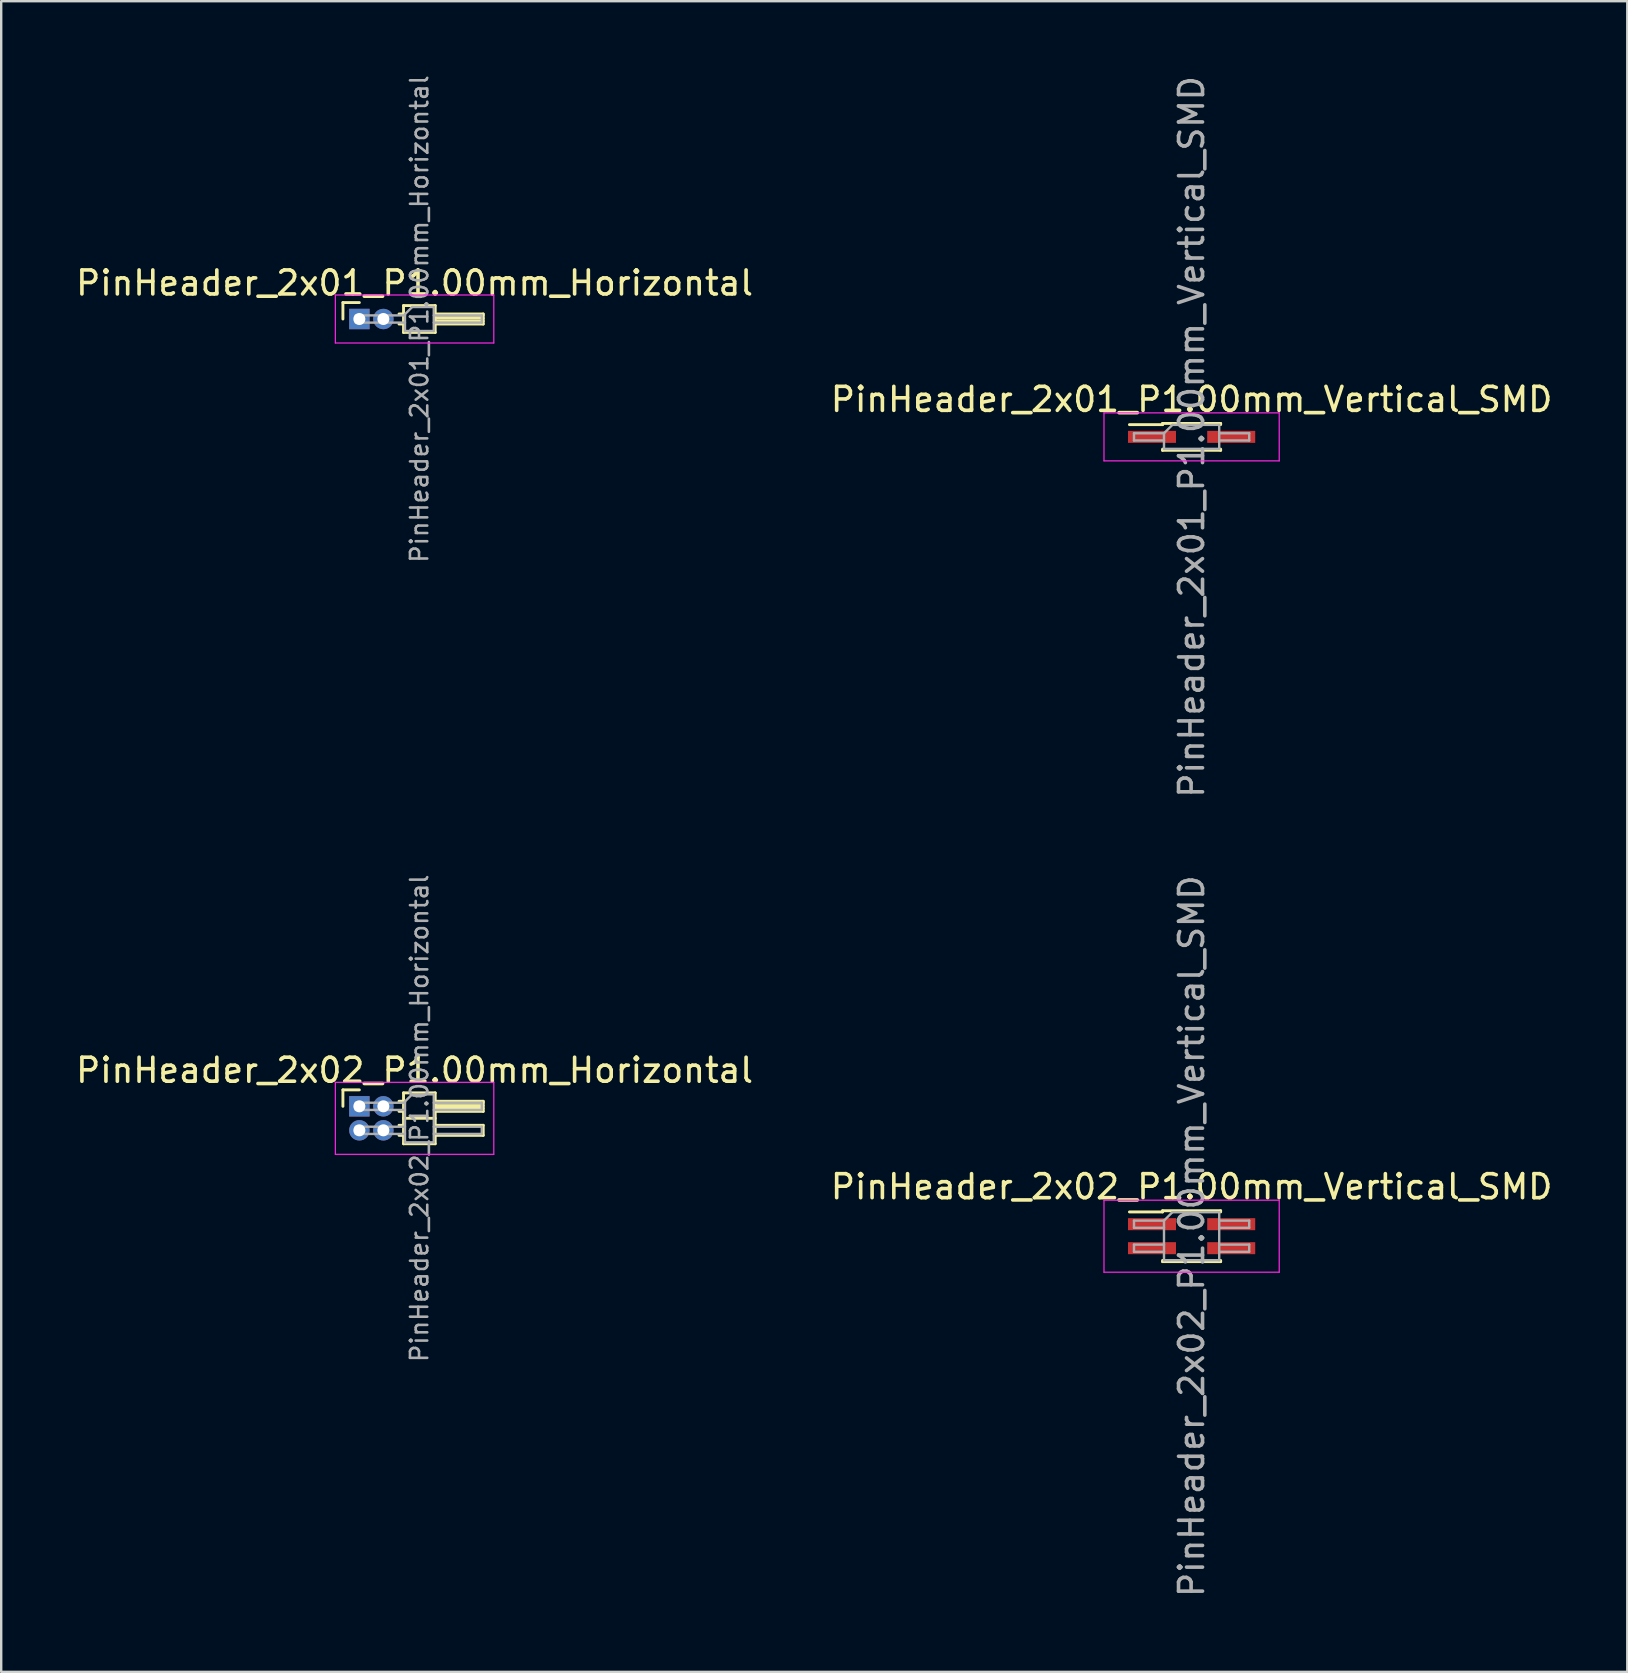
<source format=kicad_pcb>
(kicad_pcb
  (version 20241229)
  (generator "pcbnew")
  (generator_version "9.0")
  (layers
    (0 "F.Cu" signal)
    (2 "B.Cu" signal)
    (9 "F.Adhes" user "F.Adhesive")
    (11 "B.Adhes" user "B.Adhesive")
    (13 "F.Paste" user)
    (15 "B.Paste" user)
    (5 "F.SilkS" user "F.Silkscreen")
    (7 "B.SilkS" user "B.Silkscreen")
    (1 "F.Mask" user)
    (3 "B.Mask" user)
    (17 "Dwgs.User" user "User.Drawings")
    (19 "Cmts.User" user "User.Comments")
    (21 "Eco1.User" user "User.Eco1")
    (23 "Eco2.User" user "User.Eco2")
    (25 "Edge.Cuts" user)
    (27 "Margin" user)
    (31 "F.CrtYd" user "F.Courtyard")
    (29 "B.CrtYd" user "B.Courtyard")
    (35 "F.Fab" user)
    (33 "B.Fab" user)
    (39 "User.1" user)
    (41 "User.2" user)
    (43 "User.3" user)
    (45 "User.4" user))
  (footprint "PinHeader_2x02_P1.00mm_Vertical_SMD"
    (layer "F.Cu")
    (at 46.589 48.446)
    (property "Reference" "PinHeader_2x02_P1.00mm_Vertical_SMD" (at 0 -2.06 0) (layer "F.SilkS") (effects (font (size 1 1) (thickness 0.15))))
    (attr smd)
    (fp_line (start -2.59 -1.01) (end -1.21 -1.01) (stroke (width 0.12) (type solid)) (layer "F.SilkS"))
    (fp_line (start -1.21 -1.06) (end -1.21 -1.01) (stroke (width 0.12) (type solid)) (layer "F.SilkS"))
    (fp_line (start -1.21 -1.06) (end 1.21 -1.06) (stroke (width 0.12) (type solid)) (layer "F.SilkS"))
    (fp_line (start -1.21 1.01) (end -1.21 1.06) (stroke (width 0.12) (type solid)) (layer "F.SilkS"))
    (fp_line (start -1.21 1.06) (end 1.21 1.06) (stroke (width 0.12) (type solid)) (layer "F.SilkS"))
    (fp_line (start 1.21 -1.06) (end 1.21 -1.01) (stroke (width 0.12) (type solid)) (layer "F.SilkS"))
    (fp_line (start 1.21 1.01) (end 1.21 1.06) (stroke (width 0.12) (type solid)) (layer "F.SilkS"))
    (fp_line (start -3.65 -1.5) (end -3.65 1.5) (stroke (width 0.05) (type solid)) (layer "F.CrtYd"))
    (fp_line (start -3.65 1.5) (end 3.65 1.5) (stroke (width 0.05) (type solid)) (layer "F.CrtYd"))
    (fp_line (start 3.65 -1.5) (end -3.65 -1.5) (stroke (width 0.05) (type solid)) (layer "F.CrtYd"))
    (fp_line (start 3.65 1.5) (end 3.65 -1.5) (stroke (width 0.05) (type solid)) (layer "F.CrtYd"))
    (fp_line (start -2.4 -0.65) (end -2.4 -0.35) (stroke (width 0.1) (type solid)) (layer "F.Fab"))
    (fp_line (start -2.4 -0.35) (end -1.15 -0.35) (stroke (width 0.1) (type solid)) (layer "F.Fab"))
    (fp_line (start -2.4 0.35) (end -2.4 0.65) (stroke (width 0.1) (type solid)) (layer "F.Fab"))
    (fp_line (start -2.4 0.65) (end -1.15 0.65) (stroke (width 0.1) (type solid)) (layer "F.Fab"))
    (fp_line (start -1.15 -0.65) (end -2.4 -0.65) (stroke (width 0.1) (type solid)) (layer "F.Fab"))
    (fp_line (start -1.15 -0.65) (end -0.8 -1) (stroke (width 0.1) (type solid)) (layer "F.Fab"))
    (fp_line (start -1.15 0.35) (end -2.4 0.35) (stroke (width 0.1) (type solid)) (layer "F.Fab"))
    (fp_line (start -1.15 1) (end -1.15 -0.65) (stroke (width 0.1) (type solid)) (layer "F.Fab"))
    (fp_line (start -0.8 -1) (end 1.15 -1) (stroke (width 0.1) (type solid)) (layer "F.Fab"))
    (fp_line (start 1.15 -1) (end 1.15 1) (stroke (width 0.1) (type solid)) (layer "F.Fab"))
    (fp_line (start 1.15 -0.65) (end 2.4 -0.65) (stroke (width 0.1) (type solid)) (layer "F.Fab"))
    (fp_line (start 1.15 0.35) (end 2.4 0.35) (stroke (width 0.1) (type solid)) (layer "F.Fab"))
    (fp_line (start 1.15 1) (end -1.15 1) (stroke (width 0.1) (type solid)) (layer "F.Fab"))
    (fp_line (start 2.4 -0.65) (end 2.4 -0.35) (stroke (width 0.1) (type solid)) (layer "F.Fab"))
    (fp_line (start 2.4 -0.35) (end 1.15 -0.35) (stroke (width 0.1) (type solid)) (layer "F.Fab"))
    (fp_line (start 2.4 0.35) (end 2.4 0.65) (stroke (width 0.1) (type solid)) (layer "F.Fab"))
    (fp_line (start 2.4 0.65) (end 1.15 0.65) (stroke (width 0.1) (type solid)) (layer "F.Fab"))
    (fp_text user "${REFERENCE}" (at 0 0 90) (layer "F.Fab") (effects (font (size 1 1) (thickness 0.15))))
    (pad "1" smd rect (at -1.65 -0.5) (size 2 0.5) (layers "F.Cu" "F.Mask" "F.Paste"))
    (pad "2" smd rect (at 1.65 -0.5) (size 2 0.5) (layers "F.Cu" "F.Mask" "F.Paste"))
    (pad "3" smd rect (at -1.65 0.5) (size 2 0.5) (layers "F.Cu" "F.Mask" "F.Paste"))
    (pad "4" smd rect (at 1.65 0.5) (size 2 0.5) (layers "F.Cu" "F.Mask" "F.Paste")))
  (footprint "PinHeader_2x01_P1.00mm_Horizontal"
    (layer "F.Cu")
    (at 11.92 10.239)
    (property "Reference" "PinHeader_2x01_P1.00mm_Horizontal" (at 2.3 -1.5 0) (layer "F.SilkS") (effects (font (size 1 1) (thickness 0.15))))
    (attr through_hole)
    (fp_line (start -0.685 -0.685) (end 0 -0.685) (stroke (width 0.12) (type solid)) (layer "F.SilkS"))
    (fp_line (start -0.685 0) (end -0.685 -0.685) (stroke (width 0.12) (type solid)) (layer "F.SilkS"))
    (fp_line (start 1.652 -0.21) (end 1.84 -0.21) (stroke (width 0.12) (type solid)) (layer "F.SilkS"))
    (fp_line (start 1.652 0.21) (end 1.84 0.21) (stroke (width 0.12) (type solid)) (layer "F.SilkS"))
    (fp_line (start 1.84 -0.56) (end 1.84 0.56) (stroke (width 0.12) (type solid)) (layer "F.SilkS"))
    (fp_line (start 1.84 0.56) (end 3.16 0.56) (stroke (width 0.12) (type solid)) (layer "F.SilkS"))
    (fp_line (start 3.16 -0.56) (end 1.84 -0.56) (stroke (width 0.12) (type solid)) (layer "F.SilkS"))
    (fp_line (start 3.16 -0.21) (end 5.16 -0.21) (stroke (width 0.12) (type solid)) (layer "F.SilkS"))
    (fp_line (start 3.16 -0.15) (end 5.16 -0.15) (stroke (width 0.12) (type solid)) (layer "F.SilkS"))
    (fp_line (start 3.16 -0.03) (end 5.16 -0.03) (stroke (width 0.12) (type solid)) (layer "F.SilkS"))
    (fp_line (start 3.16 0.09) (end 5.16 0.09) (stroke (width 0.12) (type solid)) (layer "F.SilkS"))
    (fp_line (start 3.16 0.56) (end 3.16 -0.56) (stroke (width 0.12) (type solid)) (layer "F.SilkS"))
    (fp_line (start 5.16 -0.21) (end 5.16 0.21) (stroke (width 0.12) (type solid)) (layer "F.SilkS"))
    (fp_line (start 5.16 0.21) (end 3.16 0.21) (stroke (width 0.12) (type solid)) (layer "F.SilkS"))
    (fp_line (start -1 -1) (end -1 1) (stroke (width 0.05) (type solid)) (layer "F.CrtYd"))
    (fp_line (start -1 1) (end 5.6 1) (stroke (width 0.05) (type solid)) (layer "F.CrtYd"))
    (fp_line (start 5.6 -1) (end -1 -1) (stroke (width 0.05) (type solid)) (layer "F.CrtYd"))
    (fp_line (start 5.6 1) (end 5.6 -1) (stroke (width 0.05) (type solid)) (layer "F.CrtYd"))
    (fp_line (start -0.15 -0.15) (end -0.15 0.15) (stroke (width 0.1) (type solid)) (layer "F.Fab"))
    (fp_line (start -0.15 -0.15) (end 1.9 -0.15) (stroke (width 0.1) (type solid)) (layer "F.Fab"))
    (fp_line (start -0.15 0.15) (end 1.9 0.15) (stroke (width 0.1) (type solid)) (layer "F.Fab"))
    (fp_line (start 1.9 -0.2) (end 2.2 -0.5) (stroke (width 0.1) (type solid)) (layer "F.Fab"))
    (fp_line (start 1.9 0.5) (end 1.9 -0.2) (stroke (width 0.1) (type solid)) (layer "F.Fab"))
    (fp_line (start 2.2 -0.5) (end 3.1 -0.5) (stroke (width 0.1) (type solid)) (layer "F.Fab"))
    (fp_line (start 3.1 -0.5) (end 3.1 0.5) (stroke (width 0.1) (type solid)) (layer "F.Fab"))
    (fp_line (start 3.1 -0.15) (end 5.1 -0.15) (stroke (width 0.1) (type solid)) (layer "F.Fab"))
    (fp_line (start 3.1 0.15) (end 5.1 0.15) (stroke (width 0.1) (type solid)) (layer "F.Fab"))
    (fp_line (start 3.1 0.5) (end 1.9 0.5) (stroke (width 0.1) (type solid)) (layer "F.Fab"))
    (fp_line (start 5.1 -0.15) (end 5.1 0.15) (stroke (width 0.1) (type solid)) (layer "F.Fab"))
    (fp_text user "${REFERENCE}" (at 2.5 0 90) (layer "F.Fab") (effects (font (size 0.72 0.72) (thickness 0.108))))
    (pad "1" thru_hole rect (at 0 0) (size 0.85 0.85) (drill 0.5) (layers "*.Cu" "*.Mask"))
    (pad "2" thru_hole oval (at 1 0) (size 0.85 0.85) (drill 0.5) (layers "*.Cu" "*.Mask")))
  (footprint "PinHeader_2x01_P1.00mm_Vertical_SMD"
    (layer "F.Cu")
    (at 46.589 15.149)
    (property "Reference" "PinHeader_2x01_P1.00mm_Vertical_SMD" (at 0 -1.56 0) (layer "F.SilkS") (effects (font (size 1 1) (thickness 0.15))))
    (attr smd)
    (fp_line (start -2.59 -0.51) (end -1.21 -0.51) (stroke (width 0.12) (type solid)) (layer "F.SilkS"))
    (fp_line (start -1.21 -0.56) (end -1.21 -0.51) (stroke (width 0.12) (type solid)) (layer "F.SilkS"))
    (fp_line (start -1.21 -0.56) (end 1.21 -0.56) (stroke (width 0.12) (type solid)) (layer "F.SilkS"))
    (fp_line (start -1.21 0.51) (end -1.21 0.56) (stroke (width 0.12) (type solid)) (layer "F.SilkS"))
    (fp_line (start -1.21 0.56) (end 1.21 0.56) (stroke (width 0.12) (type solid)) (layer "F.SilkS"))
    (fp_line (start 1.21 -0.56) (end 1.21 -0.51) (stroke (width 0.12) (type solid)) (layer "F.SilkS"))
    (fp_line (start 1.21 0.51) (end 1.21 0.56) (stroke (width 0.12) (type solid)) (layer "F.SilkS"))
    (fp_line (start -3.65 -1) (end -3.65 1) (stroke (width 0.05) (type solid)) (layer "F.CrtYd"))
    (fp_line (start -3.65 1) (end 3.65 1) (stroke (width 0.05) (type solid)) (layer "F.CrtYd"))
    (fp_line (start 3.65 -1) (end -3.65 -1) (stroke (width 0.05) (type solid)) (layer "F.CrtYd"))
    (fp_line (start 3.65 1) (end 3.65 -1) (stroke (width 0.05) (type solid)) (layer "F.CrtYd"))
    (fp_line (start -2.4 -0.15) (end -2.4 0.15) (stroke (width 0.1) (type solid)) (layer "F.Fab"))
    (fp_line (start -2.4 0.15) (end -1.15 0.15) (stroke (width 0.1) (type solid)) (layer "F.Fab"))
    (fp_line (start -1.15 -0.15) (end -2.4 -0.15) (stroke (width 0.1) (type solid)) (layer "F.Fab"))
    (fp_line (start -1.15 -0.15) (end -0.8 -0.5) (stroke (width 0.1) (type solid)) (layer "F.Fab"))
    (fp_line (start -1.15 0.5) (end -1.15 -0.15) (stroke (width 0.1) (type solid)) (layer "F.Fab"))
    (fp_line (start -0.8 -0.5) (end 1.15 -0.5) (stroke (width 0.1) (type solid)) (layer "F.Fab"))
    (fp_line (start 1.15 -0.5) (end 1.15 0.5) (stroke (width 0.1) (type solid)) (layer "F.Fab"))
    (fp_line (start 1.15 -0.15) (end 2.4 -0.15) (stroke (width 0.1) (type solid)) (layer "F.Fab"))
    (fp_line (start 1.15 0.5) (end -1.15 0.5) (stroke (width 0.1) (type solid)) (layer "F.Fab"))
    (fp_line (start 2.4 -0.15) (end 2.4 0.15) (stroke (width 0.1) (type solid)) (layer "F.Fab"))
    (fp_line (start 2.4 0.15) (end 1.15 0.15) (stroke (width 0.1) (type solid)) (layer "F.Fab"))
    (fp_text user "${REFERENCE}" (at 0 0 90) (layer "F.Fab") (effects (font (size 1 1) (thickness 0.15))))
    (pad "1" smd rect (at -1.65 0) (size 2 0.5) (layers "F.Cu" "F.Mask" "F.Paste"))
    (pad "2" smd rect (at 1.65 0) (size 2 0.5) (layers "F.Cu" "F.Mask" "F.Paste")))
  (footprint "PinHeader_2x02_P1.00mm_Horizontal"
    (layer "F.Cu")
    (at 11.92 43.036)
    (property "Reference" "PinHeader_2x02_P1.00mm_Horizontal" (at 2.3 -1.5 0) (layer "F.SilkS") (effects (font (size 1 1) (thickness 0.15))))
    (attr through_hole)
    (fp_line (start -0.685 -0.685) (end 0 -0.685) (stroke (width 0.12) (type solid)) (layer "F.SilkS"))
    (fp_line (start -0.685 0) (end -0.685 -0.685) (stroke (width 0.12) (type solid)) (layer "F.SilkS"))
    (fp_line (start 1.652 -0.21) (end 1.84 -0.21) (stroke (width 0.12) (type solid)) (layer "F.SilkS"))
    (fp_line (start 1.652 0.21) (end 1.84 0.21) (stroke (width 0.12) (type solid)) (layer "F.SilkS"))
    (fp_line (start 1.652 0.79) (end 1.84 0.79) (stroke (width 0.12) (type solid)) (layer "F.SilkS"))
    (fp_line (start 1.652 1.21) (end 1.84 1.21) (stroke (width 0.12) (type solid)) (layer "F.SilkS"))
    (fp_line (start 1.84 -0.56) (end 1.84 1.56) (stroke (width 0.12) (type solid)) (layer "F.SilkS"))
    (fp_line (start 1.84 0.5) (end 3.16 0.5) (stroke (width 0.12) (type solid)) (layer "F.SilkS"))
    (fp_line (start 1.84 1.56) (end 3.16 1.56) (stroke (width 0.12) (type solid)) (layer "F.SilkS"))
    (fp_line (start 3.16 -0.56) (end 1.84 -0.56) (stroke (width 0.12) (type solid)) (layer "F.SilkS"))
    (fp_line (start 3.16 -0.21) (end 5.16 -0.21) (stroke (width 0.12) (type solid)) (layer "F.SilkS"))
    (fp_line (start 3.16 -0.15) (end 5.16 -0.15) (stroke (width 0.12) (type solid)) (layer "F.SilkS"))
    (fp_line (start 3.16 -0.03) (end 5.16 -0.03) (stroke (width 0.12) (type solid)) (layer "F.SilkS"))
    (fp_line (start 3.16 0.09) (end 5.16 0.09) (stroke (width 0.12) (type solid)) (layer "F.SilkS"))
    (fp_line (start 3.16 0.79) (end 5.16 0.79) (stroke (width 0.12) (type solid)) (layer "F.SilkS"))
    (fp_line (start 3.16 1.56) (end 3.16 -0.56) (stroke (width 0.12) (type solid)) (layer "F.SilkS"))
    (fp_line (start 5.16 -0.21) (end 5.16 0.21) (stroke (width 0.12) (type solid)) (layer "F.SilkS"))
    (fp_line (start 5.16 0.21) (end 3.16 0.21) (stroke (width 0.12) (type solid)) (layer "F.SilkS"))
    (fp_line (start 5.16 0.79) (end 5.16 1.21) (stroke (width 0.12) (type solid)) (layer "F.SilkS"))
    (fp_line (start 5.16 1.21) (end 3.16 1.21) (stroke (width 0.12) (type solid)) (layer "F.SilkS"))
    (fp_line (start -1 -1) (end -1 2) (stroke (width 0.05) (type solid)) (layer "F.CrtYd"))
    (fp_line (start -1 2) (end 5.6 2) (stroke (width 0.05) (type solid)) (layer "F.CrtYd"))
    (fp_line (start 5.6 -1) (end -1 -1) (stroke (width 0.05) (type solid)) (layer "F.CrtYd"))
    (fp_line (start 5.6 2) (end 5.6 -1) (stroke (width 0.05) (type solid)) (layer "F.CrtYd"))
    (fp_line (start -0.15 -0.15) (end -0.15 0.15) (stroke (width 0.1) (type solid)) (layer "F.Fab"))
    (fp_line (start -0.15 -0.15) (end 1.9 -0.15) (stroke (width 0.1) (type solid)) (layer "F.Fab"))
    (fp_line (start -0.15 0.15) (end 1.9 0.15) (stroke (width 0.1) (type solid)) (layer "F.Fab"))
    (fp_line (start -0.15 0.85) (end -0.15 1.15) (stroke (width 0.1) (type solid)) (layer "F.Fab"))
    (fp_line (start -0.15 0.85) (end 1.9 0.85) (stroke (width 0.1) (type solid)) (layer "F.Fab"))
    (fp_line (start -0.15 1.15) (end 1.9 1.15) (stroke (width 0.1) (type solid)) (layer "F.Fab"))
    (fp_line (start 1.9 -0.2) (end 2.2 -0.5) (stroke (width 0.1) (type solid)) (layer "F.Fab"))
    (fp_line (start 1.9 1.5) (end 1.9 -0.2) (stroke (width 0.1) (type solid)) (layer "F.Fab"))
    (fp_line (start 2.2 -0.5) (end 3.1 -0.5) (stroke (width 0.1) (type solid)) (layer "F.Fab"))
    (fp_line (start 3.1 -0.5) (end 3.1 1.5) (stroke (width 0.1) (type solid)) (layer "F.Fab"))
    (fp_line (start 3.1 -0.15) (end 5.1 -0.15) (stroke (width 0.1) (type solid)) (layer "F.Fab"))
    (fp_line (start 3.1 0.15) (end 5.1 0.15) (stroke (width 0.1) (type solid)) (layer "F.Fab"))
    (fp_line (start 3.1 0.85) (end 5.1 0.85) (stroke (width 0.1) (type solid)) (layer "F.Fab"))
    (fp_line (start 3.1 1.15) (end 5.1 1.15) (stroke (width 0.1) (type solid)) (layer "F.Fab"))
    (fp_line (start 3.1 1.5) (end 1.9 1.5) (stroke (width 0.1) (type solid)) (layer "F.Fab"))
    (fp_line (start 5.1 -0.15) (end 5.1 0.15) (stroke (width 0.1) (type solid)) (layer "F.Fab"))
    (fp_line (start 5.1 0.85) (end 5.1 1.15) (stroke (width 0.1) (type solid)) (layer "F.Fab"))
    (fp_text user "${REFERENCE}" (at 2.5 0.5 90) (layer "F.Fab") (effects (font (size 0.72 0.72) (thickness 0.108))))
    (pad "1" thru_hole rect (at 0 0) (size 0.85 0.85) (drill 0.5) (layers "*.Cu" "*.Mask"))
    (pad "2" thru_hole oval (at 1 0) (size 0.85 0.85) (drill 0.5) (layers "*.Cu" "*.Mask"))
    (pad "3" thru_hole oval (at 0 1) (size 0.85 0.85) (drill 0.5) (layers "*.Cu" "*.Mask"))
    (pad "4" thru_hole oval (at 1 1) (size 0.85 0.85) (drill 0.5) (layers "*.Cu" "*.Mask")))
  (gr_rect
    (start -3 -3)
    (end 64.738 66.595)
    (stroke (width 0.1) (type default))
    (fill no)
    (layer "Edge.Cuts")))
</source>
